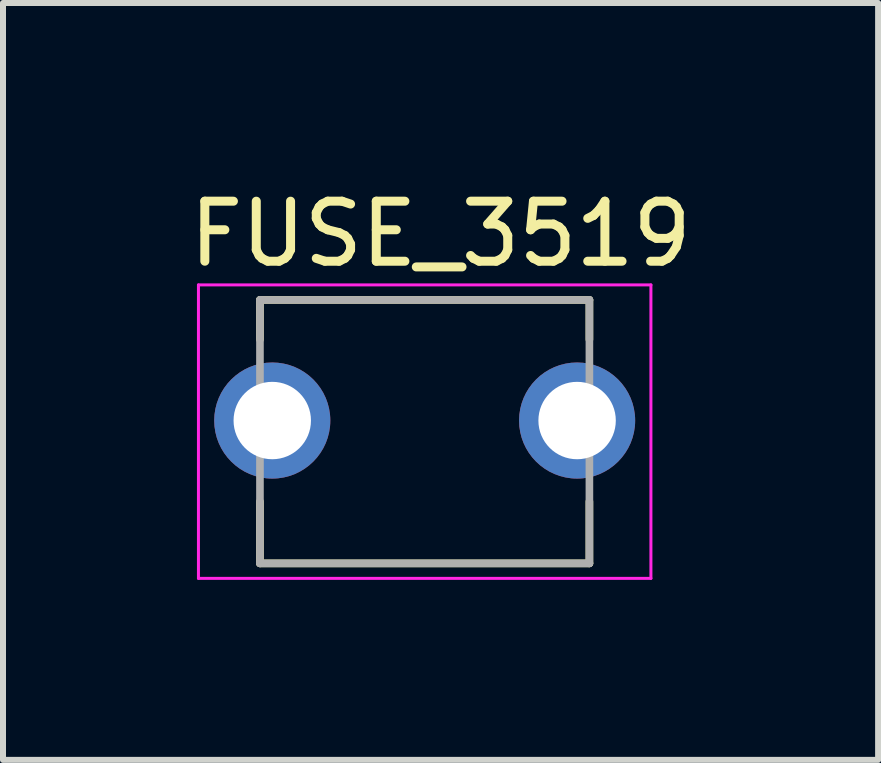
<source format=kicad_pcb>
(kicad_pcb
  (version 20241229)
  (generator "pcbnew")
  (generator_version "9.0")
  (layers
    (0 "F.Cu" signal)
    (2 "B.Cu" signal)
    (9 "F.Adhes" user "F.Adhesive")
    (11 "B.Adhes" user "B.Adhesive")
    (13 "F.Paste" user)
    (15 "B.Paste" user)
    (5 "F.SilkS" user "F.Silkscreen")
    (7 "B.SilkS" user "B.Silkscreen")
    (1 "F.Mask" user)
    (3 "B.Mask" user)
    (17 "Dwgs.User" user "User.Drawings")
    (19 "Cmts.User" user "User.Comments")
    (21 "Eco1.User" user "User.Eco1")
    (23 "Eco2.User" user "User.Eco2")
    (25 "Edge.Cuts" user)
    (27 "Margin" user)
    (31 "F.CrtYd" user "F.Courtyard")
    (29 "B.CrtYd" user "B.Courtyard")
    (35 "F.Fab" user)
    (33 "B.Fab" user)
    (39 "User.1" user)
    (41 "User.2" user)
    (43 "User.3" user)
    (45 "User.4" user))
  (footprint "FUSE_3519"
    (layer "F.Cu")
    (at 4.027 4.143)
    (property "Reference" "FUSE_3519" (at 0.265 -3.295 0) (layer "F.SilkS") (effects (font (size 1 1) (thickness 0.15))))
    (attr through_hole)
    (fp_line (start -2.745 -2.195) (end -2.745 -1.535) (stroke (width 0.127) (type solid)) (layer "F.SilkS"))
    (fp_line (start -2.745 -2.195) (end 2.745 -2.195) (stroke (width 0.127) (type solid)) (layer "F.SilkS"))
    (fp_line (start -2.745 1.165) (end -2.745 2.195) (stroke (width 0.127) (type solid)) (layer "F.SilkS"))
    (fp_line (start -2.745 2.195) (end 2.745 2.195) (stroke (width 0.127) (type solid)) (layer "F.SilkS"))
    (fp_line (start 2.745 -2.195) (end 2.745 -1.535) (stroke (width 0.127) (type solid)) (layer "F.SilkS"))
    (fp_line (start 2.745 1.165) (end 2.745 2.195) (stroke (width 0.127) (type solid)) (layer "F.SilkS"))
    (fp_line (start -3.77 -2.445) (end 3.77 -2.445) (stroke (width 0.05) (type solid)) (layer "F.CrtYd"))
    (fp_line (start -3.77 2.445) (end -3.77 -2.445) (stroke (width 0.05) (type solid)) (layer "F.CrtYd"))
    (fp_line (start 3.77 -2.445) (end 3.77 2.445) (stroke (width 0.05) (type solid)) (layer "F.CrtYd"))
    (fp_line (start 3.77 2.445) (end -3.77 2.445) (stroke (width 0.05) (type solid)) (layer "F.CrtYd"))
    (fp_line (start -2.745 -2.195) (end 2.745 -2.195) (stroke (width 0.127) (type solid)) (layer "F.Fab"))
    (fp_line (start -2.745 2.195) (end -2.745 -2.195) (stroke (width 0.127) (type solid)) (layer "F.Fab"))
    (fp_line (start 2.745 -2.195) (end 2.745 2.195) (stroke (width 0.127) (type solid)) (layer "F.Fab"))
    (fp_line (start 2.745 2.195) (end -2.745 2.195) (stroke (width 0.127) (type solid)) (layer "F.Fab"))
    (pad "1_1" thru_hole circle (at -2.54 -0.185) (size 1.935 1.935) (drill 1.29) (layers "*.Cu" "*.Mask"))
    (pad "1_2" thru_hole circle (at 2.54 -0.185) (size 1.935 1.935) (drill 1.29) (layers "*.Cu" "*.Mask")))
  (gr_rect
    (start -3 -3)
    (end 11.583 9.613)
    (stroke (width 0.1) (type default))
    (fill no)
    (layer "Edge.Cuts")))
</source>
